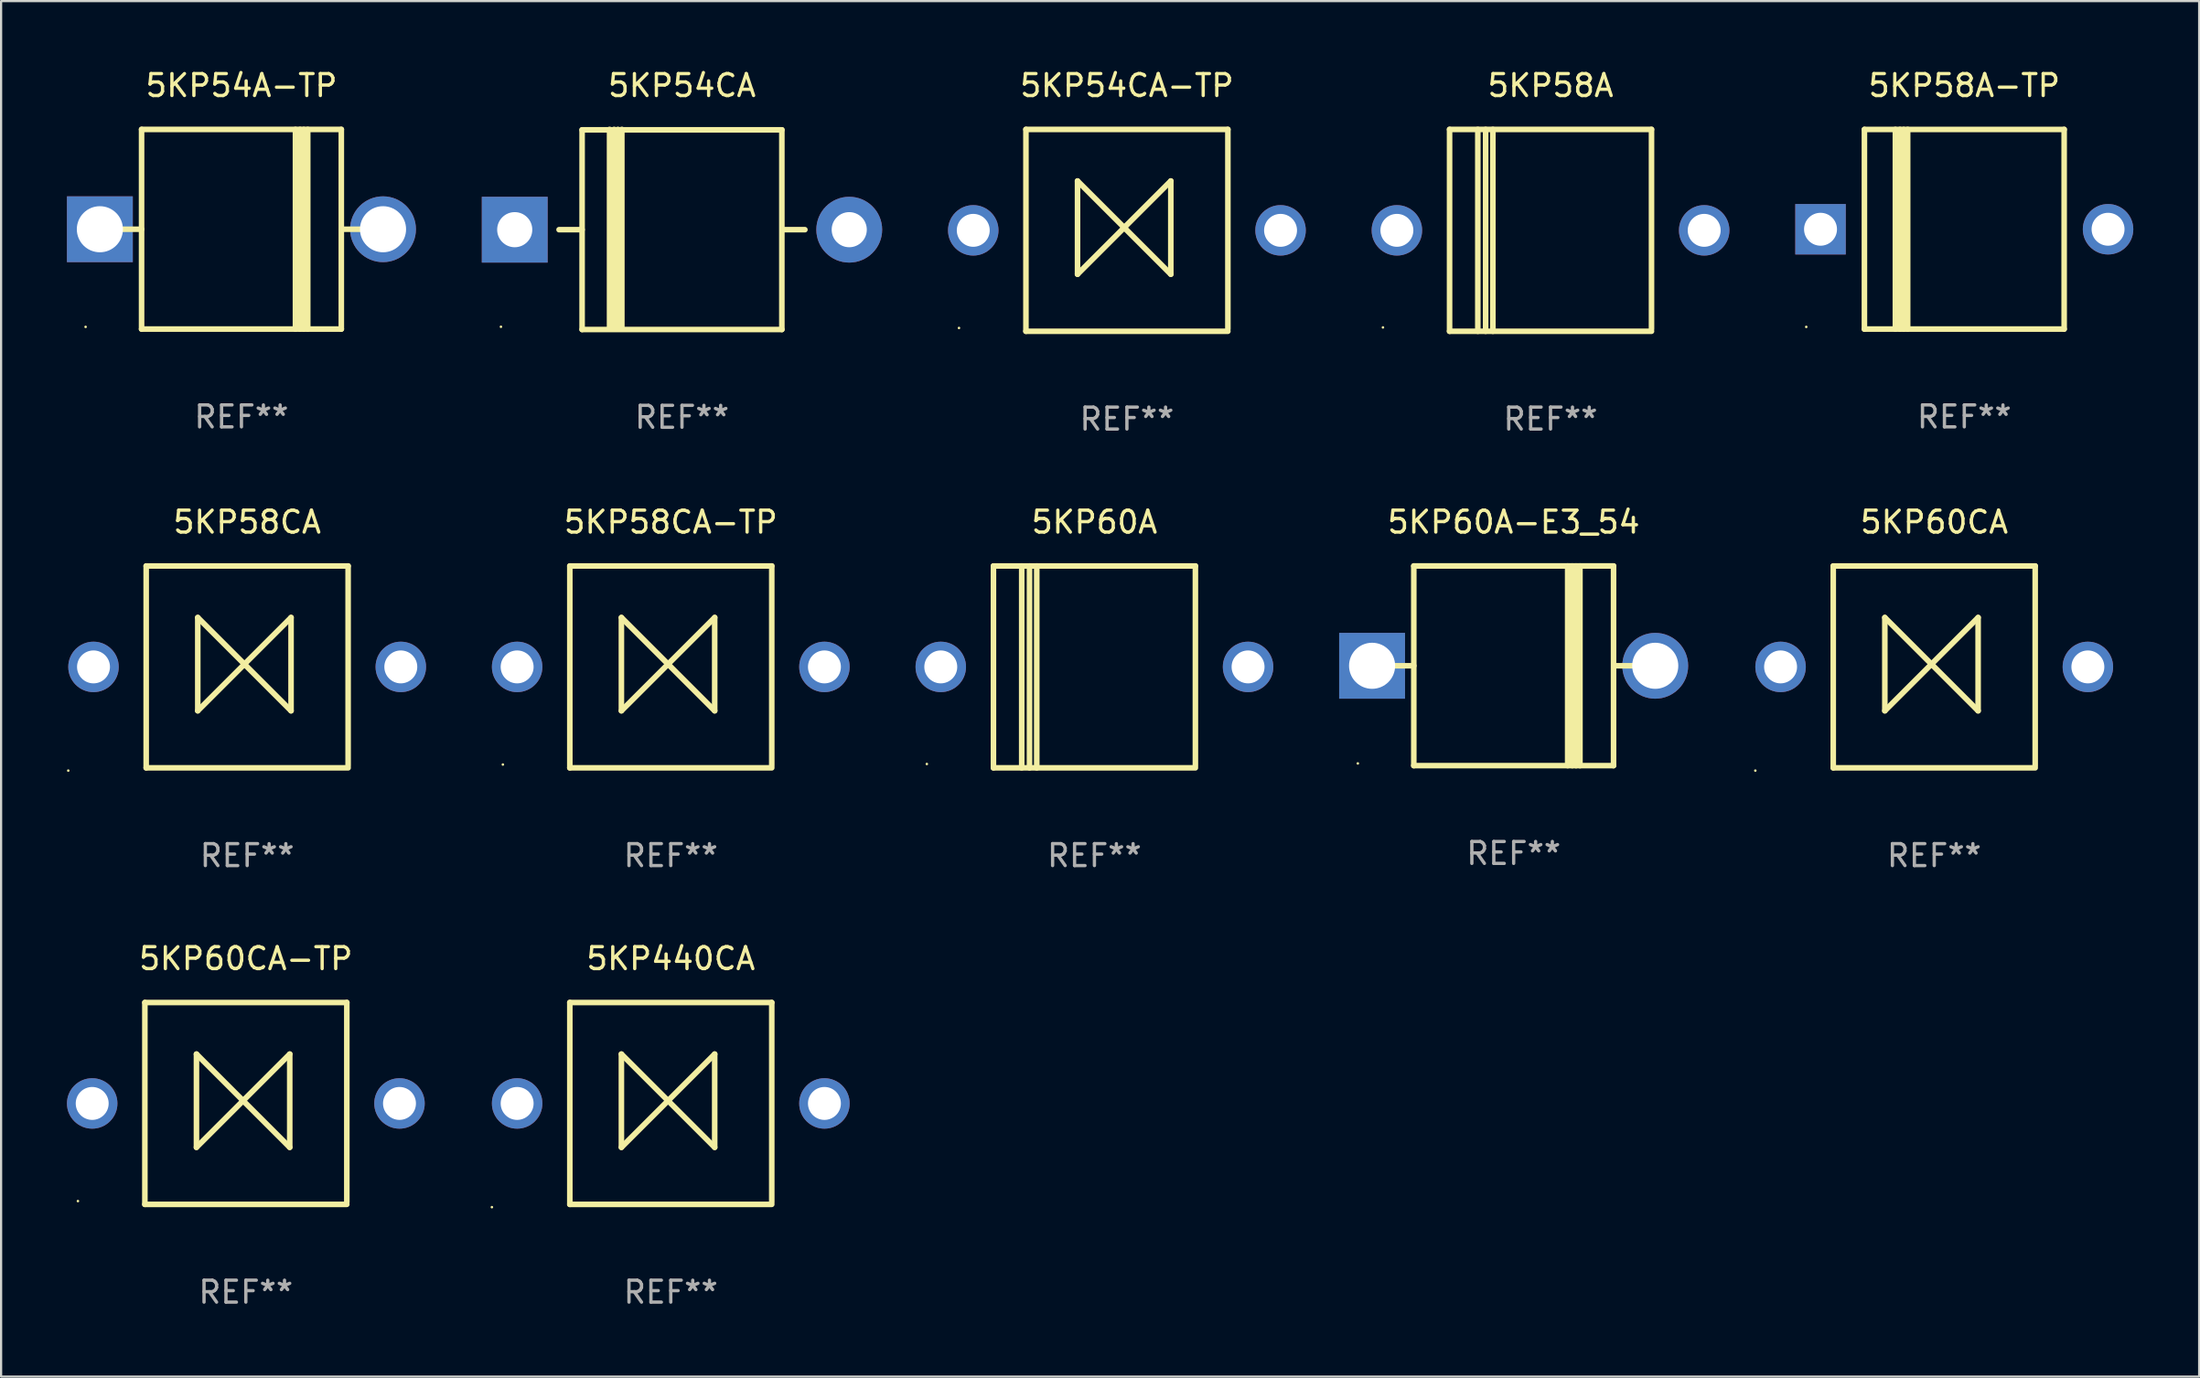
<source format=kicad_pcb>
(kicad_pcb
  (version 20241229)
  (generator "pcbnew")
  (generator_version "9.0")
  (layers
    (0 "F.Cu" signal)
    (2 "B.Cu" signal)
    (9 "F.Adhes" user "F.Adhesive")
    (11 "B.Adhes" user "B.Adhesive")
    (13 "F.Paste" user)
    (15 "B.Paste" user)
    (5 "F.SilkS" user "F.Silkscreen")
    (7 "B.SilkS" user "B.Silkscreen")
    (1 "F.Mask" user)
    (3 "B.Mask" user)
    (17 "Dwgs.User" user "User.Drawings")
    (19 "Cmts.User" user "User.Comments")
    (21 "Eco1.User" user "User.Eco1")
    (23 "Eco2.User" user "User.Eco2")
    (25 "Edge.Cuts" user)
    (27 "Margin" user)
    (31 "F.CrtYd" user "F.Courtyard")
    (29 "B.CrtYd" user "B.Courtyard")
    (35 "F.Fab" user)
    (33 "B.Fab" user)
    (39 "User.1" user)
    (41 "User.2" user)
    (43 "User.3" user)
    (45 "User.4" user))
  (footprint "5KP58CA"
    (layer "F.Cu")
    (at 8.21 27.345)
    (property "Reference" "5KP58CA" (at 0 -6.6 0) (layer "F.SilkS") (effects (font (size 1 1) (thickness 0.15))))
    (attr through_hole)
    (fp_line (start -4.6 -4.6) (end -4.6 4.6) (stroke (width 0.254) (type solid)) (layer "F.SilkS"))
    (fp_line (start -4.6 -4.6) (end 4.6 -4.6) (stroke (width 0.254) (type solid)) (layer "F.SilkS"))
    (fp_line (start -4.6 4.6) (end 4.6 4.6) (stroke (width 0.254) (type solid)) (layer "F.SilkS"))
    (fp_line (start -2.25 -2.25) (end -2.25 2) (stroke (width 0.254) (type solid)) (layer "F.SilkS"))
    (fp_line (start -2.25 2) (end 2 -2.25) (stroke (width 0.254) (type solid)) (layer "F.SilkS"))
    (fp_line (start 2 -2.25) (end 2 2) (stroke (width 0.254) (type solid)) (layer "F.SilkS"))
    (fp_line (start 2 2) (end -2.25 -2.25) (stroke (width 0.254) (type solid)) (layer "F.SilkS"))
    (fp_line (start 4.6 -4.6) (end 4.6 4.5) (stroke (width 0.254) (type solid)) (layer "F.SilkS"))
    (fp_circle (center -8.15 4.727) (end -8.12 4.727) (stroke (width 0.06) (type solid)) (fill no) (layer "F.SilkS"))
    (fp_text user "REF**" (at 0 8.6 0) (layer "F.Fab") (effects (font (size 1 1) (thickness 0.15))))
    (pad "1" thru_hole circle (at -7 0) (size 2.3 2.3) (drill 1.5) (layers "*.Cu" "*.Mask"))
    (pad "2" thru_hole circle (at 7 0) (size 2.3 2.3) (drill 1.5) (layers "*.Cu" "*.Mask")))
  (footprint "5KP58CA-TP"
    (layer "F.Cu")
    (at 27.51 27.345)
    (property "Reference" "5KP58CA-TP" (at 0 -6.6 0) (layer "F.SilkS") (effects (font (size 1 1) (thickness 0.15))))
    (attr through_hole)
    (fp_line (start -4.6 -4.6) (end -4.6 4.6) (stroke (width 0.254) (type solid)) (layer "F.SilkS"))
    (fp_line (start -4.6 -4.6) (end 4.6 -4.6) (stroke (width 0.254) (type solid)) (layer "F.SilkS"))
    (fp_line (start -4.6 4.6) (end 4.6 4.6) (stroke (width 0.254) (type solid)) (layer "F.SilkS"))
    (fp_line (start -2.25 -2.25) (end -2.25 2) (stroke (width 0.254) (type solid)) (layer "F.SilkS"))
    (fp_line (start -2.25 2) (end 2 -2.25) (stroke (width 0.254) (type solid)) (layer "F.SilkS"))
    (fp_line (start 2 -2.25) (end 2 2) (stroke (width 0.254) (type solid)) (layer "F.SilkS"))
    (fp_line (start 2 2) (end -2.25 -2.25) (stroke (width 0.254) (type solid)) (layer "F.SilkS"))
    (fp_line (start 4.6 -4.6) (end 4.6 4.5) (stroke (width 0.254) (type solid)) (layer "F.SilkS"))
    (fp_circle (center -7.65 4.45) (end -7.62 4.45) (stroke (width 0.06) (type solid)) (fill no) (layer "F.SilkS"))
    (fp_text user "REF**" (at 0 8.6 0) (layer "F.Fab") (effects (font (size 1 1) (thickness 0.15))))
    (pad "1" thru_hole circle (at -7 0) (size 2.3 2.3) (drill 1.5) (layers "*.Cu" "*.Mask"))
    (pad "2" thru_hole circle (at 7 0) (size 2.3 2.3) (drill 1.5) (layers "*.Cu" "*.Mask")))
  (footprint "5KP60CA-TP"
    (layer "F.Cu")
    (at 8.15 47.241)
    (property "Reference" "5KP60CA-TP" (at 0 -6.6 0) (layer "F.SilkS") (effects (font (size 1 1) (thickness 0.15))))
    (attr through_hole)
    (fp_line (start -4.6 -4.6) (end -4.6 4.6) (stroke (width 0.254) (type solid)) (layer "F.SilkS"))
    (fp_line (start -4.6 -4.6) (end 4.6 -4.6) (stroke (width 0.254) (type solid)) (layer "F.SilkS"))
    (fp_line (start -4.6 4.6) (end 4.6 4.6) (stroke (width 0.254) (type solid)) (layer "F.SilkS"))
    (fp_line (start -2.25 -2.25) (end -2.25 2) (stroke (width 0.254) (type solid)) (layer "F.SilkS"))
    (fp_line (start -2.25 2) (end 2 -2.25) (stroke (width 0.254) (type solid)) (layer "F.SilkS"))
    (fp_line (start 2 -2.25) (end 2 2) (stroke (width 0.254) (type solid)) (layer "F.SilkS"))
    (fp_line (start 2 2) (end -2.25 -2.25) (stroke (width 0.254) (type solid)) (layer "F.SilkS"))
    (fp_line (start 4.6 -4.6) (end 4.6 4.5) (stroke (width 0.254) (type solid)) (layer "F.SilkS"))
    (fp_circle (center -7.65 4.45) (end -7.62 4.45) (stroke (width 0.06) (type solid)) (fill no) (layer "F.SilkS"))
    (fp_text user "REF**" (at 0 8.6 0) (layer "F.Fab") (effects (font (size 1 1) (thickness 0.15))))
    (pad "1" thru_hole circle (at -7 0) (size 2.3 2.3) (drill 1.5) (layers "*.Cu" "*.Mask"))
    (pad "2" thru_hole circle (at 7 0) (size 2.3 2.3) (drill 1.5) (layers "*.Cu" "*.Mask")))
  (footprint "5KP54CA-TP"
    (layer "F.Cu")
    (at 48.29 7.448)
    (property "Reference" "5KP54CA-TP" (at 0 -6.6 0) (layer "F.SilkS") (effects (font (size 1 1) (thickness 0.15))))
    (attr through_hole)
    (fp_line (start -4.6 -4.6) (end -4.6 4.6) (stroke (width 0.254) (type solid)) (layer "F.SilkS"))
    (fp_line (start -4.6 -4.6) (end 4.6 -4.6) (stroke (width 0.254) (type solid)) (layer "F.SilkS"))
    (fp_line (start -4.6 4.6) (end 4.6 4.6) (stroke (width 0.254) (type solid)) (layer "F.SilkS"))
    (fp_line (start -2.25 -2.25) (end -2.25 2) (stroke (width 0.254) (type solid)) (layer "F.SilkS"))
    (fp_line (start -2.25 2) (end 2 -2.25) (stroke (width 0.254) (type solid)) (layer "F.SilkS"))
    (fp_line (start 2 -2.25) (end 2 2) (stroke (width 0.254) (type solid)) (layer "F.SilkS"))
    (fp_line (start 2 2) (end -2.25 -2.25) (stroke (width 0.254) (type solid)) (layer "F.SilkS"))
    (fp_line (start 4.6 -4.6) (end 4.6 4.5) (stroke (width 0.254) (type solid)) (layer "F.SilkS"))
    (fp_circle (center -7.65 4.45) (end -7.62 4.45) (stroke (width 0.06) (type solid)) (fill no) (layer "F.SilkS"))
    (fp_text user "REF**" (at 0 8.6 0) (layer "F.Fab") (effects (font (size 1 1) (thickness 0.15))))
    (pad "1" thru_hole circle (at -7 0) (size 2.3 2.3) (drill 1.5) (layers "*.Cu" "*.Mask"))
    (pad "2" thru_hole circle (at 7 0) (size 2.3 2.3) (drill 1.5) (layers "*.Cu" "*.Mask")))
  (footprint "5KP54A-TP"
    (layer "F.Cu")
    (at 7.95 7.399)
    (property "Reference" "5KP54A-TP" (at 0 -6.551 0) (layer "F.SilkS") (effects (font (size 1 1) (thickness 0.15))))
    (attr through_hole)
    (fp_line (start -5.6 -0.001) (end -4.55 -0.001) (stroke (width 0.254) (type solid)) (layer "F.SilkS"))
    (fp_line (start -4.55 -4.551) (end -4.55 4.55) (stroke (width 0.254) (type solid)) (layer "F.SilkS"))
    (fp_line (start -4.55 -4.551) (end 4.55 -4.551) (stroke (width 0.254) (type solid)) (layer "F.SilkS"))
    (fp_line (start 2.46 4.55) (end 2.46 -4.551) (stroke (width 0.254) (type solid)) (layer "F.SilkS"))
    (fp_line (start 2.67 4.55) (end 2.67 -4.551) (stroke (width 0.254) (type solid)) (layer "F.SilkS"))
    (fp_line (start 2.841 4.551) (end 2.841 -4.55) (stroke (width 0.254) (type solid)) (layer "F.SilkS"))
    (fp_line (start 3.02 4.55) (end 3.02 -4.551) (stroke (width 0.254) (type solid)) (layer "F.SilkS"))
    (fp_line (start 4.55 4.55) (end 4.55 -4.551) (stroke (width 0.254) (type solid)) (layer "F.SilkS"))
    (fp_line (start 4.55 4.549) (end -4.55 4.549) (stroke (width 0.254) (type solid)) (layer "F.SilkS"))
    (fp_line (start 4.58 -0.001) (end 5.6 -0.001) (stroke (width 0.254) (type solid)) (layer "F.SilkS"))
    (fp_circle (center -7.1 4.449) (end -7.07 4.449) (stroke (width 0.06) (type solid)) (fill no) (layer "F.SilkS"))
    (fp_text user "REF**" (at 0 8.551 0) (layer "F.Fab") (effects (font (size 1 1) (thickness 0.15))))
    (pad "1" thru_hole rect (at -6.45 -0.001 180) (size 3 3) (drill 2.1) (layers "*.Cu" "*.Mask"))
    (pad "2" thru_hole circle (at 6.45 -0.001) (size 3 3) (drill 2.1) (layers "*.Cu" "*.Mask")))
  (footprint "5KP54CA"
    (layer "F.Cu")
    (at 28.02 7.408)
    (property "Reference" "5KP54CA" (at 0 -6.56 0) (layer "F.SilkS") (effects (font (size 1 1) (thickness 0.15))))
    (attr through_hole)
    (fp_line (start -5.6 0.01) (end -4.55 0.01) (stroke (width 0.254) (type solid)) (layer "F.SilkS"))
    (fp_line (start -4.55 -4.54) (end -4.55 4.56) (stroke (width 0.254) (type solid)) (layer "F.SilkS"))
    (fp_line (start -4.55 -4.54) (end 4.55 -4.54) (stroke (width 0.254) (type solid)) (layer "F.SilkS"))
    (fp_line (start -3.3 4.54) (end -3.3 -4.56) (stroke (width 0.254) (type solid)) (layer "F.SilkS"))
    (fp_line (start -3.09 4.54) (end -3.09 -4.56) (stroke (width 0.254) (type solid)) (layer "F.SilkS"))
    (fp_line (start -2.919 4.541) (end -2.919 -4.559) (stroke (width 0.254) (type solid)) (layer "F.SilkS"))
    (fp_line (start -2.74 4.54) (end -2.74 -4.56) (stroke (width 0.254) (type solid)) (layer "F.SilkS"))
    (fp_line (start 4.55 4.56) (end 4.55 -4.54) (stroke (width 0.254) (type solid)) (layer "F.SilkS"))
    (fp_line (start 4.55 4.56) (end -4.55 4.56) (stroke (width 0.254) (type solid)) (layer "F.SilkS"))
    (fp_line (start 4.58 0.01) (end 5.6 0.01) (stroke (width 0.254) (type solid)) (layer "F.SilkS"))
    (fp_circle (center -8.248 4.435) (end -8.218 4.435) (stroke (width 0.06) (type solid)) (fill no) (layer "F.SilkS"))
    (fp_text user "REF**" (at 0 8.56 0) (layer "F.Fab") (effects (font (size 1 1) (thickness 0.15))))
    (pad "1" thru_hole rect (at -7.62 0.01 180) (size 3 3) (drill 1.6) (layers "*.Cu" "*.Mask"))
    (pad "2" thru_hole circle (at 7.62 0.01) (size 3 3) (drill 1.6) (layers "*.Cu" "*.Mask")))
  (footprint "5KP60CA"
    (layer "F.Cu")
    (at 85.07 27.345)
    (property "Reference" "5KP60CA" (at 0 -6.6 0) (layer "F.SilkS") (effects (font (size 1 1) (thickness 0.15))))
    (attr through_hole)
    (fp_line (start -4.6 -4.6) (end -4.6 4.6) (stroke (width 0.254) (type solid)) (layer "F.SilkS"))
    (fp_line (start -4.6 -4.6) (end 4.6 -4.6) (stroke (width 0.254) (type solid)) (layer "F.SilkS"))
    (fp_line (start -4.6 4.6) (end 4.6 4.6) (stroke (width 0.254) (type solid)) (layer "F.SilkS"))
    (fp_line (start -2.25 -2.25) (end -2.25 2) (stroke (width 0.254) (type solid)) (layer "F.SilkS"))
    (fp_line (start -2.25 2) (end 2 -2.25) (stroke (width 0.254) (type solid)) (layer "F.SilkS"))
    (fp_line (start 2 -2.25) (end 2 2) (stroke (width 0.254) (type solid)) (layer "F.SilkS"))
    (fp_line (start 2 2) (end -2.25 -2.25) (stroke (width 0.254) (type solid)) (layer "F.SilkS"))
    (fp_line (start 4.6 -4.6) (end 4.6 4.5) (stroke (width 0.254) (type solid)) (layer "F.SilkS"))
    (fp_circle (center -8.15 4.727) (end -8.12 4.727) (stroke (width 0.06) (type solid)) (fill no) (layer "F.SilkS"))
    (fp_text user "REF**" (at 0 8.6 0) (layer "F.Fab") (effects (font (size 1 1) (thickness 0.15))))
    (pad "1" thru_hole circle (at -7 0) (size 2.3 2.3) (drill 1.5) (layers "*.Cu" "*.Mask"))
    (pad "2" thru_hole circle (at 7 0) (size 2.3 2.3) (drill 1.5) (layers "*.Cu" "*.Mask")))
  (footprint "5KP440CA"
    (layer "F.Cu")
    (at 27.51 47.241)
    (property "Reference" "5KP440CA" (at 0 -6.6 0) (layer "F.SilkS") (effects (font (size 1 1) (thickness 0.15))))
    (attr through_hole)
    (fp_line (start -4.6 -4.6) (end -4.6 4.6) (stroke (width 0.254) (type solid)) (layer "F.SilkS"))
    (fp_line (start -4.6 -4.6) (end 4.6 -4.6) (stroke (width 0.254) (type solid)) (layer "F.SilkS"))
    (fp_line (start -4.6 4.6) (end 4.6 4.6) (stroke (width 0.254) (type solid)) (layer "F.SilkS"))
    (fp_line (start -2.25 -2.25) (end -2.25 2) (stroke (width 0.254) (type solid)) (layer "F.SilkS"))
    (fp_line (start -2.25 2) (end 2 -2.25) (stroke (width 0.254) (type solid)) (layer "F.SilkS"))
    (fp_line (start 2 -2.25) (end 2 2) (stroke (width 0.254) (type solid)) (layer "F.SilkS"))
    (fp_line (start 2 2) (end -2.25 -2.25) (stroke (width 0.254) (type solid)) (layer "F.SilkS"))
    (fp_line (start 4.6 -4.6) (end 4.6 4.5) (stroke (width 0.254) (type solid)) (layer "F.SilkS"))
    (fp_circle (center -8.15 4.727) (end -8.12 4.727) (stroke (width 0.06) (type solid)) (fill no) (layer "F.SilkS"))
    (fp_text user "REF**" (at 0 8.6 0) (layer "F.Fab") (effects (font (size 1 1) (thickness 0.15))))
    (pad "1" thru_hole circle (at -7 0) (size 2.3 2.3) (drill 1.5) (layers "*.Cu" "*.Mask"))
    (pad "2" thru_hole circle (at 7 0) (size 2.3 2.3) (drill 1.5) (layers "*.Cu" "*.Mask")))
  (footprint "5KP60A"
    (layer "F.Cu")
    (at 46.81 27.345)
    (property "Reference" "5KP60A" (at 0 -6.6 0) (layer "F.SilkS") (effects (font (size 1 1) (thickness 0.15))))
    (attr through_hole)
    (fp_line (start -4.6 -4.6) (end -4.6 4.6) (stroke (width 0.254) (type solid)) (layer "F.SilkS"))
    (fp_line (start -4.6 -4.6) (end 4.6 -4.6) (stroke (width 0.254) (type solid)) (layer "F.SilkS"))
    (fp_line (start -4.6 4.6) (end 4.6 4.6) (stroke (width 0.254) (type solid)) (layer "F.SilkS"))
    (fp_line (start -3.313 -4.6) (end -3.313 4.6) (stroke (width 0.254) (type solid)) (layer "F.SilkS"))
    (fp_line (start -2.957 -4.6) (end -2.957 4.6) (stroke (width 0.254) (type solid)) (layer "F.SilkS"))
    (fp_line (start -2.627 -4.6) (end -2.627 4.6) (stroke (width 0.254) (type solid)) (layer "F.SilkS"))
    (fp_line (start 4.6 -4.6) (end 4.6 4.5) (stroke (width 0.254) (type solid)) (layer "F.SilkS"))
    (fp_circle (center -7.635 4.425) (end -7.605 4.425) (stroke (width 0.06) (type solid)) (fill no) (layer "F.SilkS"))
    (fp_text user "REF**" (at 0 8.6 0) (layer "F.Fab") (effects (font (size 1 1) (thickness 0.15))))
    (pad "1" thru_hole circle (at -7 0) (size 2.3 2.3) (drill 1.5) (layers "*.Cu" "*.Mask"))
    (pad "2" thru_hole circle (at 7 0) (size 2.3 2.3) (drill 1.5) (layers "*.Cu" "*.Mask")))
  (footprint "5KP58A-TP"
    (layer "F.Cu")
    (at 86.44 7.399)
    (property "Reference" "5KP58A-TP" (at 0 -6.551 0) (layer "F.SilkS") (effects (font (size 1 1) (thickness 0.15))))
    (attr through_hole)
    (fp_line (start -4.55 -4.55) (end -4.55 4.55) (stroke (width 0.254) (type solid)) (layer "F.SilkS"))
    (fp_line (start -4.55 -4.55) (end 4.55 -4.55) (stroke (width 0.254) (type solid)) (layer "F.SilkS"))
    (fp_line (start -3.14 4.55) (end -3.14 -4.551) (stroke (width 0.254) (type solid)) (layer "F.SilkS"))
    (fp_line (start -2.93 4.55) (end -2.93 -4.551) (stroke (width 0.254) (type solid)) (layer "F.SilkS"))
    (fp_line (start -2.759 4.551) (end -2.759 -4.55) (stroke (width 0.254) (type solid)) (layer "F.SilkS"))
    (fp_line (start -2.58 4.55) (end -2.58 -4.551) (stroke (width 0.254) (type solid)) (layer "F.SilkS"))
    (fp_line (start 4.55 4.55) (end 4.55 -4.55) (stroke (width 0.254) (type solid)) (layer "F.SilkS"))
    (fp_line (start 4.55 4.549) (end -4.55 4.549) (stroke (width 0.254) (type solid)) (layer "F.SilkS"))
    (fp_circle (center -7.2 4.45) (end -7.17 4.45) (stroke (width 0.06) (type solid)) (fill no) (layer "F.SilkS"))
    (fp_text user "REF**" (at 0 8.551 0) (layer "F.Fab") (effects (font (size 1 1) (thickness 0.15))))
    (pad "1" thru_hole rect (at -6.55 -0.000483 180) (size 2.3 2.3) (drill 1.5) (layers "*.Cu" "*.Mask"))
    (pad "2" thru_hole circle (at 6.55 -0.000483) (size 2.3 2.3) (drill 1.5) (layers "*.Cu" "*.Mask")))
  (footprint "5KP60A-E3_54"
    (layer "F.Cu")
    (at 65.91 27.295)
    (property "Reference" "5KP60A-E3_54" (at 0 -6.551 0) (layer "F.SilkS") (effects (font (size 1 1) (thickness 0.15))))
    (attr through_hole)
    (fp_line (start -5.6 -0.001) (end -4.55 -0.001) (stroke (width 0.254) (type solid)) (layer "F.SilkS"))
    (fp_line (start -4.55 -4.551) (end -4.55 4.55) (stroke (width 0.254) (type solid)) (layer "F.SilkS"))
    (fp_line (start -4.55 -4.551) (end 4.55 -4.551) (stroke (width 0.254) (type solid)) (layer "F.SilkS"))
    (fp_line (start 2.46 4.55) (end 2.46 -4.551) (stroke (width 0.254) (type solid)) (layer "F.SilkS"))
    (fp_line (start 2.67 4.55) (end 2.67 -4.551) (stroke (width 0.254) (type solid)) (layer "F.SilkS"))
    (fp_line (start 2.841 4.551) (end 2.841 -4.55) (stroke (width 0.254) (type solid)) (layer "F.SilkS"))
    (fp_line (start 3.02 4.55) (end 3.02 -4.551) (stroke (width 0.254) (type solid)) (layer "F.SilkS"))
    (fp_line (start 4.55 4.55) (end 4.55 -4.551) (stroke (width 0.254) (type solid)) (layer "F.SilkS"))
    (fp_line (start 4.55 4.549) (end -4.55 4.549) (stroke (width 0.254) (type solid)) (layer "F.SilkS"))
    (fp_line (start 4.58 -0.001) (end 5.6 -0.001) (stroke (width 0.254) (type solid)) (layer "F.SilkS"))
    (fp_circle (center -7.1 4.449) (end -7.07 4.449) (stroke (width 0.06) (type solid)) (fill no) (layer "F.SilkS"))
    (fp_text user "REF**" (at 0 8.551 0) (layer "F.Fab") (effects (font (size 1 1) (thickness 0.15))))
    (pad "1" thru_hole rect (at -6.45 -0.001 180) (size 3 3) (drill 2.1) (layers "*.Cu" "*.Mask"))
    (pad "2" thru_hole circle (at 6.45 -0.001) (size 3 3) (drill 2.1) (layers "*.Cu" "*.Mask")))
  (footprint "5KP58A"
    (layer "F.Cu")
    (at 67.59 7.448)
    (property "Reference" "5KP58A" (at 0 -6.6 0) (layer "F.SilkS") (effects (font (size 1 1) (thickness 0.15))))
    (attr through_hole)
    (fp_line (start -4.6 -4.6) (end -4.6 4.6) (stroke (width 0.254) (type solid)) (layer "F.SilkS"))
    (fp_line (start -4.6 -4.6) (end 4.6 -4.6) (stroke (width 0.254) (type solid)) (layer "F.SilkS"))
    (fp_line (start -4.6 4.6) (end 4.6 4.6) (stroke (width 0.254) (type solid)) (layer "F.SilkS"))
    (fp_line (start -3.313 -4.6) (end -3.313 4.6) (stroke (width 0.254) (type solid)) (layer "F.SilkS"))
    (fp_line (start -2.957 -4.6) (end -2.957 4.6) (stroke (width 0.254) (type solid)) (layer "F.SilkS"))
    (fp_line (start -2.627 -4.6) (end -2.627 4.6) (stroke (width 0.254) (type solid)) (layer "F.SilkS"))
    (fp_line (start 4.6 -4.6) (end 4.6 4.5) (stroke (width 0.254) (type solid)) (layer "F.SilkS"))
    (fp_circle (center -7.635 4.425) (end -7.605 4.425) (stroke (width 0.06) (type solid)) (fill no) (layer "F.SilkS"))
    (fp_text user "REF**" (at 0 8.6 0) (layer "F.Fab") (effects (font (size 1 1) (thickness 0.15))))
    (pad "1" thru_hole circle (at -7 0) (size 2.3 2.3) (drill 1.5) (layers "*.Cu" "*.Mask"))
    (pad "2" thru_hole circle (at 7 0) (size 2.3 2.3) (drill 1.5) (layers "*.Cu" "*.Mask")))
  (gr_rect
    (start -3 -3)
    (end 97.14 59.69)
    (stroke (width 0.1) (type default))
    (fill no)
    (layer "Edge.Cuts")))
</source>
